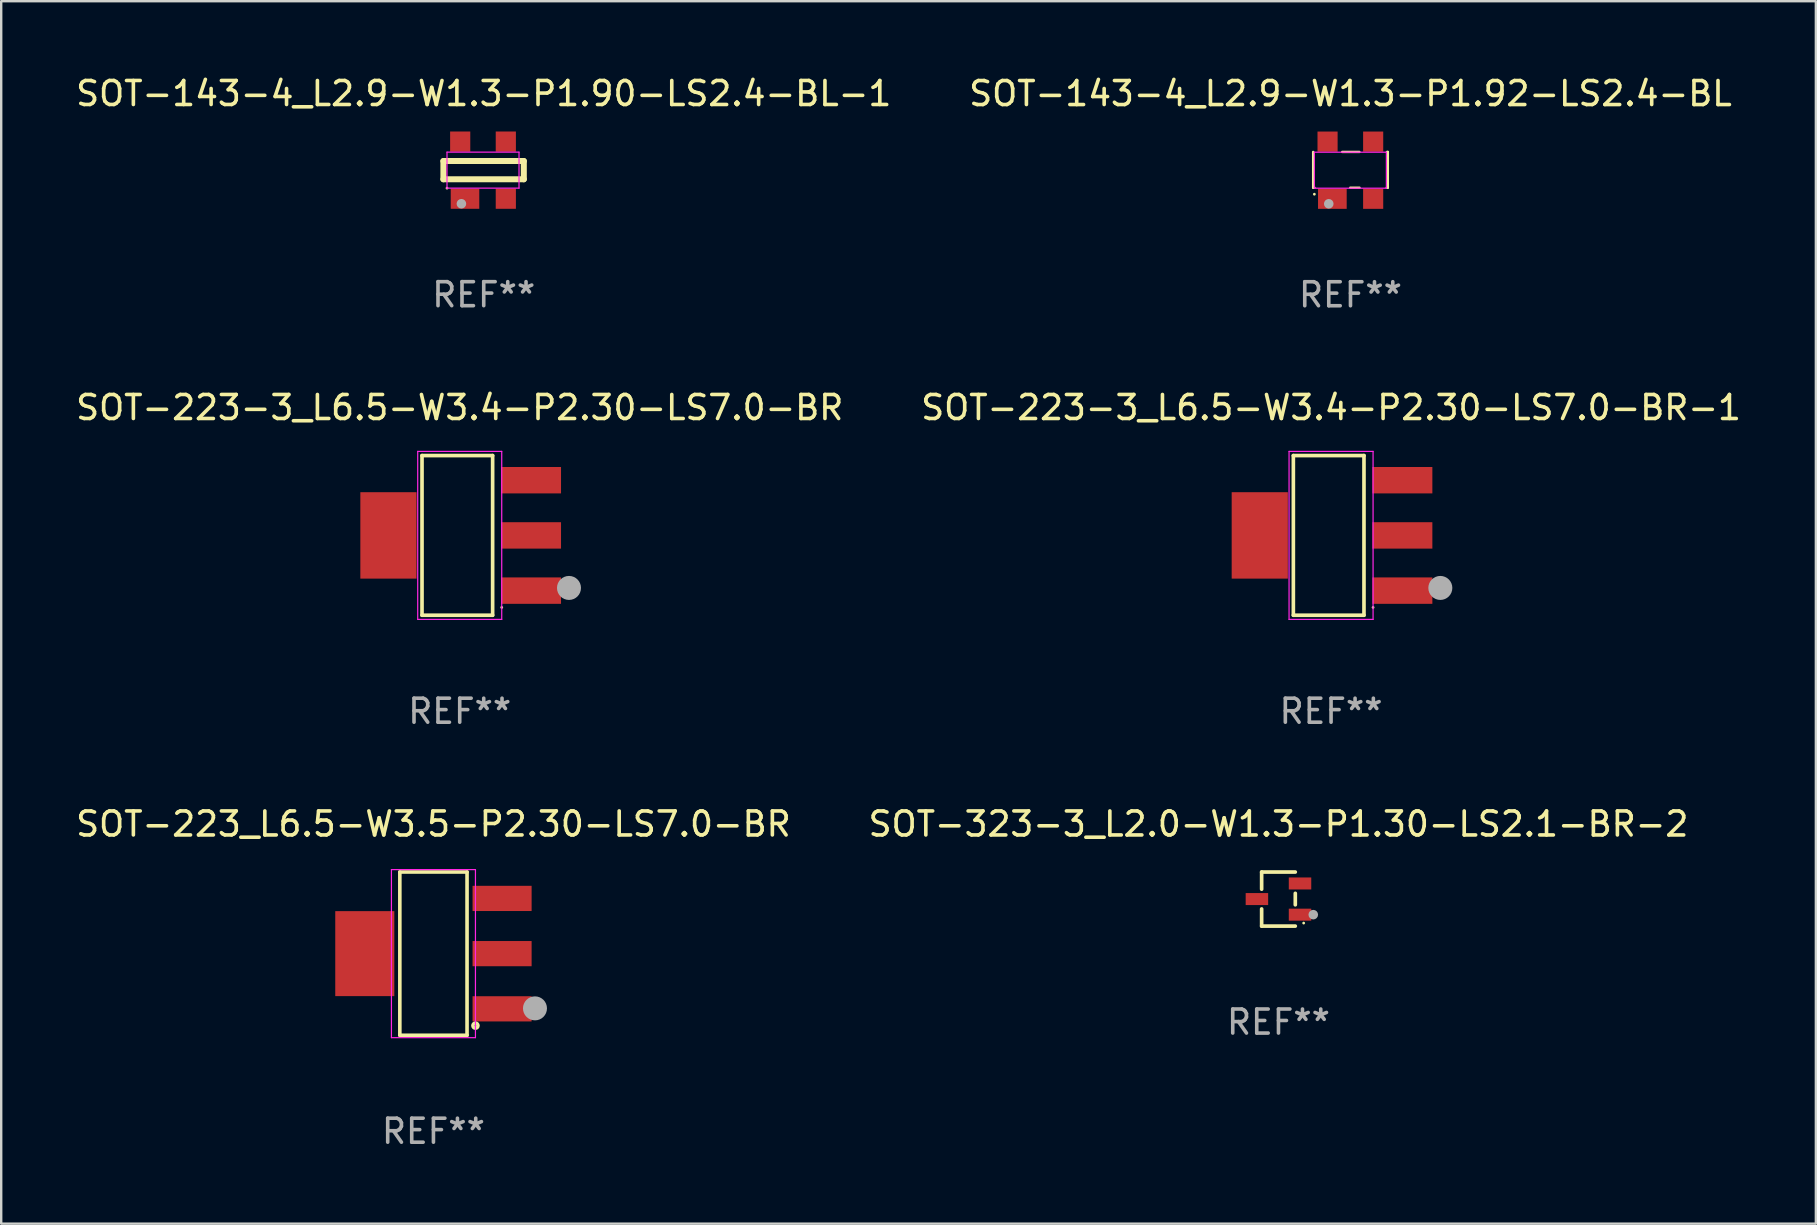
<source format=kicad_pcb>
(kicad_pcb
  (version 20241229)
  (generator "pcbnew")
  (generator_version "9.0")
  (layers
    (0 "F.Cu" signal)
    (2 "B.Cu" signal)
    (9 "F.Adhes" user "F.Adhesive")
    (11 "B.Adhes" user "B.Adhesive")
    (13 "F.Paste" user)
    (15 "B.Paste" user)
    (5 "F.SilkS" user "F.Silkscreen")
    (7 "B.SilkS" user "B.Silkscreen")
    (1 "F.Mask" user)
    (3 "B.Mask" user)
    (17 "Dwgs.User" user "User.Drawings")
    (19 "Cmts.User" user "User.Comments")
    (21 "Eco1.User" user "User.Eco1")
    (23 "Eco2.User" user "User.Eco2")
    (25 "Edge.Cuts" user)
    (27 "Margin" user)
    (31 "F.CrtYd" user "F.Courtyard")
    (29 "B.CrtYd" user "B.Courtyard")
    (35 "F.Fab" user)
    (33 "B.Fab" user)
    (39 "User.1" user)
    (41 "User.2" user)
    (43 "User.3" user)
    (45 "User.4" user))
  (footprint "SOT-143-4_L2.9-W1.3-P1.90-LS2.4-BL-1"
    (layer "F.Cu")
    (at 17.071 4.038)
    (property "Reference" "SOT-143-4_L2.9-W1.3-P1.90-LS2.4-BL-1" (at 0.03 -3.19 0) (layer "F.SilkS") (effects (font (size 1 1) (thickness 0.15))))
    (attr smd)
    (fp_line (start -1.65 -0.38) (end -1.65 0.38) (stroke (width 0.25) (type solid)) (layer "F.SilkS"))
    (fp_line (start -1.65 -0.38) (end 1.7 -0.38) (stroke (width 0.25) (type solid)) (layer "F.SilkS"))
    (fp_line (start -1.65 0.38) (end 1.7 0.38) (stroke (width 0.25) (type solid)) (layer "F.SilkS"))
    (fp_line (start 1.7 -0.38) (end 1.7 0.38) (stroke (width 0.25) (type solid)) (layer "F.SilkS"))
    (fp_circle (center -1.5 0.75) (end -1.47 0.75) (stroke (width 0.06) (type solid)) (fill no) (layer "F.SilkS"))
    (fp_line (start -1.5 -0.75) (end -1.5 0.75) (stroke (width 0.05) (type default)) (layer "F.CrtYd"))
    (fp_line (start -1.5 0.75) (end 1.5 0.75) (stroke (width 0.05) (type default)) (layer "F.CrtYd"))
    (fp_line (start 1.5 -0.75) (end -1.5 -0.75) (stroke (width 0.05) (type default)) (layer "F.CrtYd"))
    (fp_line (start 1.5 0.75) (end 1.5 -0.75) (stroke (width 0.05) (type default)) (layer "F.CrtYd"))
    (fp_circle (center -0.9 1.4) (end -0.8 1.4) (stroke (width 0.2) (type solid)) (fill no) (layer "F.Fab"))
    (fp_text user "REF**" (at 0.03 5.19 0) (layer "F.Fab") (effects (font (size 1 1) (thickness 0.15))))
    (pad "1" smd rect (at -0.75 1.19) (size 1.19 0.84) (layers "F.Cu" "F.Mask" "F.Paste"))
    (pad "2" smd rect (at 0.95 1.19) (size 0.84 0.84) (layers "F.Cu" "F.Mask" "F.Paste"))
    (pad "3" smd rect (at -0.95 -1.19) (size 0.84 0.84) (layers "F.Cu" "F.Mask" "F.Paste"))
    (pad "4" smd rect (at 0.95 -1.19) (size 0.84 0.84) (layers "F.Cu" "F.Mask" "F.Paste")))
  (footprint "SOT-323-3_L2.0-W1.3-P1.30-LS2.1-BR-2"
    (layer "F.Cu")
    (at 50.208 34.403)
    (property "Reference" "SOT-323-3_L2.0-W1.3-P1.30-LS2.1-BR-2" (at 0 -3.126 0) (layer "F.SilkS") (effects (font (size 1 1) (thickness 0.15))))
    (attr smd)
    (fp_line (start -0.701 -1.126) (end -0.701 -0.411) (stroke (width 0.152) (type solid)) (layer "F.SilkS"))
    (fp_line (start -0.701 1.126) (end -0.701 0.411) (stroke (width 0.152) (type solid)) (layer "F.SilkS"))
    (fp_line (start 0.701 -1.126) (end -0.701 -1.126) (stroke (width 0.152) (type solid)) (layer "F.SilkS"))
    (fp_line (start 0.701 -0.239) (end 0.701 0.239) (stroke (width 0.152) (type solid)) (layer "F.SilkS"))
    (fp_line (start 0.701 1.126) (end -0.701 1.126) (stroke (width 0.152) (type solid)) (layer "F.SilkS"))
    (fp_circle (center 1.05 1) (end 1.08 1) (stroke (width 0.06) (type solid)) (fill no) (layer "F.SilkS"))
    (fp_circle (center 1.45 0.65) (end 1.55 0.65) (stroke (width 0.2) (type solid)) (fill no) (layer "F.Fab"))
    (fp_text user "REF**" (at 0 5.126 0) (layer "F.Fab") (effects (font (size 1 1) (thickness 0.15))))
    (pad "1" smd rect (at 0.898 0.65) (size 0.936 0.5) (layers "F.Cu" "F.Mask" "F.Paste"))
    (pad "2" smd rect (at 0.898 -0.65) (size 0.936 0.5) (layers "F.Cu" "F.Mask" "F.Paste"))
    (pad "3" smd rect (at -0.898 0) (size 0.936 0.5) (layers "F.Cu" "F.Mask" "F.Paste")))
  (footprint "SOT-223-3_L6.5-W3.4-P2.30-LS7.0-BR"
    (layer "F.Cu")
    (at 16.101 19.254)
    (property "Reference" "SOT-223-3_L6.5-W3.4-P2.30-LS7.0-BR" (at -0.000013 -5.326 0) (layer "F.SilkS") (effects (font (size 1 1) (thickness 0.15))))
    (attr smd)
    (fp_line (start -1.571 -3.326) (end 1.371 -3.326) (stroke (width 0.152) (type solid)) (layer "F.SilkS"))
    (fp_line (start -1.571 3.326) (end -1.571 -3.326) (stroke (width 0.152) (type solid)) (layer "F.SilkS"))
    (fp_line (start 1.371 -3.326) (end 1.371 3.326) (stroke (width 0.152) (type solid)) (layer "F.SilkS"))
    (fp_line (start 1.371 3.326) (end -1.571 3.326) (stroke (width 0.152) (type solid)) (layer "F.SilkS"))
    (fp_circle (center 1.75 3) (end 1.78 3) (stroke (width 0.06) (type solid)) (fill no) (layer "F.SilkS"))
    (fp_line (start -1.75 -3.5) (end 1.75 -3.5) (stroke (width 0.05) (type default)) (layer "F.CrtYd"))
    (fp_line (start -1.75 3.5) (end -1.75 -3.5) (stroke (width 0.05) (type default)) (layer "F.CrtYd"))
    (fp_line (start 1.75 -3.5) (end 1.75 3.5) (stroke (width 0.05) (type default)) (layer "F.CrtYd"))
    (fp_line (start 1.75 3.5) (end -1.75 3.5) (stroke (width 0.05) (type default)) (layer "F.CrtYd"))
    (fp_circle (center 4.552 2.188) (end 4.802 2.188) (stroke (width 0.5) (type solid)) (fill no) (layer "F.Fab"))
    (fp_text user "REF**" (at -0.000013 7.326 0) (layer "F.Fab") (effects (font (size 1 1) (thickness 0.15))))
    (pad "1" smd rect (at 2.97 2.3) (size 2.5 1.1) (layers "F.Cu" "F.Mask" "F.Paste"))
    (pad "2" smd rect (at 2.97 0) (size 2.5 1.1) (layers "F.Cu" "F.Mask" "F.Paste"))
    (pad "3" smd rect (at 2.97 -2.3) (size 2.5 1.1) (layers "F.Cu" "F.Mask" "F.Paste"))
    (pad "4" smd rect (at -2.97 0) (size 2.34 3.6) (layers "F.Cu" "F.Mask" "F.Paste")))
  (footprint "SOT-223_L6.5-W3.5-P2.30-LS7.0-BR"
    (layer "F.Cu")
    (at 15.006 36.676)
    (property "Reference" "SOT-223_L6.5-W3.5-P2.30-LS7.0-BR" (at 0 -5.4 0) (layer "F.SilkS") (effects (font (size 1 1) (thickness 0.15))))
    (attr smd)
    (fp_line (start -1.4 -3.4) (end 1.4 -3.4) (stroke (width 0.15) (type solid)) (layer "F.SilkS"))
    (fp_line (start -1.4 3.4) (end -1.4 -3.4) (stroke (width 0.15) (type solid)) (layer "F.SilkS"))
    (fp_line (start 1.4 -3.4) (end 1.4 3.4) (stroke (width 0.15) (type solid)) (layer "F.SilkS"))
    (fp_line (start 1.4 3.4) (end -1.4 3.4) (stroke (width 0.15) (type solid)) (layer "F.SilkS"))
    (fp_circle (center 1.75 3) (end 1.78 3) (stroke (width 0.15) (type solid)) (fill no) (layer "F.SilkS"))
    (fp_line (start -1.75 -3.5) (end 1.75 -3.5) (stroke (width 0.05) (type default)) (layer "F.CrtYd"))
    (fp_line (start -1.75 3.5) (end -1.75 -3.5) (stroke (width 0.05) (type default)) (layer "F.CrtYd"))
    (fp_line (start 1.75 -3.5) (end 1.75 3.5) (stroke (width 0.05) (type default)) (layer "F.CrtYd"))
    (fp_line (start 1.75 3.5) (end -1.75 3.5) (stroke (width 0.05) (type default)) (layer "F.CrtYd"))
    (fp_circle (center 4.23 2.28) (end 4.48 2.28) (stroke (width 0.5) (type solid)) (fill no) (layer "F.Fab"))
    (fp_text user "REF**" (at 0 7.4 0) (layer "F.Fab") (effects (font (size 1 1) (thickness 0.15))))
    (pad "1" smd rect (at 2.86 2.3) (size 2.46 1.05) (layers "F.Cu" "F.Mask" "F.Paste"))
    (pad "2" smd rect (at 2.86 0) (size 2.46 1.05) (layers "F.Cu" "F.Mask" "F.Paste"))
    (pad "3" smd rect (at 2.86 -2.3) (size 2.46 1.05) (layers "F.Cu" "F.Mask" "F.Paste"))
    (pad "4" smd rect (at -2.86 0) (size 2.46 3.54) (layers "F.Cu" "F.Mask" "F.Paste")))
  (footprint "SOT-143-4_L2.9-W1.3-P1.92-LS2.4-BL"
    (layer "F.Cu")
    (at 53.203 4.04)
    (property "Reference" "SOT-143-4_L2.9-W1.3-P1.92-LS2.4-BL" (at 0.005 -3.191 0) (layer "F.SilkS") (effects (font (size 1 1) (thickness 0.15))))
    (attr smd)
    (fp_line (start -1.55 0.73) (end -1.55 -0.76) (stroke (width 0.1) (type solid)) (layer "F.SilkS"))
    (fp_line (start -1.495 0.73) (end -1.55 0.73) (stroke (width 0.1) (type solid)) (layer "F.SilkS"))
    (fp_line (start -0.34 -0.76) (end 0.377 -0.76) (stroke (width 0.1) (type solid)) (layer "F.SilkS"))
    (fp_line (start 0.383 0.73) (end -0.005 0.73) (stroke (width 0.1) (type solid)) (layer "F.SilkS"))
    (fp_line (start 1.523 -0.76) (end 1.56 -0.76) (stroke (width 0.1) (type solid)) (layer "F.SilkS"))
    (fp_line (start 1.56 -0.76) (end 1.56 0.73) (stroke (width 0.1) (type solid)) (layer "F.SilkS"))
    (fp_line (start 1.56 0.73) (end 1.517 0.73) (stroke (width 0.1) (type solid)) (layer "F.SilkS"))
    (fp_circle (center -1.5 1) (end -1.47 1) (stroke (width 0.06) (type solid)) (fill no) (layer "F.SilkS"))
    (fp_line (start -1.5 -0.75) (end -1.5 0.75) (stroke (width 0.05) (type default)) (layer "F.CrtYd"))
    (fp_line (start -1.5 0.75) (end 1.5 0.75) (stroke (width 0.05) (type default)) (layer "F.CrtYd"))
    (fp_line (start 1.5 -0.75) (end -1.5 -0.75) (stroke (width 0.05) (type default)) (layer "F.CrtYd"))
    (fp_line (start 1.5 0.75) (end 1.5 -0.75) (stroke (width 0.05) (type default)) (layer "F.CrtYd"))
    (fp_circle (center -0.9 1.4) (end -0.8 1.4) (stroke (width 0.2) (type solid)) (fill no) (layer "F.Fab"))
    (fp_text user "REF**" (at 0.005 5.191 0) (layer "F.Fab") (effects (font (size 1 1) (thickness 0.15))))
    (pad "1" smd rect (at -0.75 1.191) (size 1.194 0.838) (layers "F.Cu" "F.Mask" "F.Paste"))
    (pad "2" smd rect (at 0.95 1.191) (size 0.838 0.838) (layers "F.Cu" "F.Mask" "F.Paste"))
    (pad "3" smd rect (at 0.95 -1.191) (size 0.838 0.838) (layers "F.Cu" "F.Mask" "F.Paste"))
    (pad "4" smd rect (at -0.95 -1.191) (size 0.838 0.838) (layers "F.Cu" "F.Mask" "F.Paste")))
  (footprint "SOT-223-3_L6.5-W3.4-P2.30-LS7.0-BR-1"
    (layer "F.Cu")
    (at 52.399 19.254)
    (property "Reference" "SOT-223-3_L6.5-W3.4-P2.30-LS7.0-BR-1" (at 0 -5.326 0) (layer "F.SilkS") (effects (font (size 1 1) (thickness 0.15))))
    (attr smd)
    (fp_line (start -1.571 -3.326) (end 1.371 -3.326) (stroke (width 0.152) (type solid)) (layer "F.SilkS"))
    (fp_line (start -1.571 3.326) (end -1.571 -3.326) (stroke (width 0.152) (type solid)) (layer "F.SilkS"))
    (fp_line (start 1.371 -3.326) (end 1.371 3.326) (stroke (width 0.152) (type solid)) (layer "F.SilkS"))
    (fp_line (start 1.371 3.326) (end -1.571 3.326) (stroke (width 0.152) (type solid)) (layer "F.SilkS"))
    (fp_circle (center 1.75 3) (end 1.78 3) (stroke (width 0.06) (type solid)) (fill no) (layer "F.SilkS"))
    (fp_line (start -1.75 -3.5) (end -1.75 3.5) (stroke (width 0.05) (type default)) (layer "F.CrtYd"))
    (fp_line (start -1.75 3.5) (end 1.75 3.5) (stroke (width 0.05) (type default)) (layer "F.CrtYd"))
    (fp_line (start 1.75 -3.5) (end -1.75 -3.5) (stroke (width 0.05) (type default)) (layer "F.CrtYd"))
    (fp_line (start 1.75 3.5) (end 1.75 -3.5) (stroke (width 0.05) (type default)) (layer "F.CrtYd"))
    (fp_circle (center 4.552 2.188) (end 4.802 2.188) (stroke (width 0.5) (type solid)) (fill no) (layer "F.Fab"))
    (fp_text user "REF**" (at 0 7.326 0) (layer "F.Fab") (effects (font (size 1 1) (thickness 0.15))))
    (pad "1" smd rect (at 2.97 2.3) (size 2.5 1.1) (layers "F.Cu" "F.Mask" "F.Paste"))
    (pad "2" smd rect (at -2.97 0) (size 2.34 3.6) (layers "F.Cu" "F.Mask" "F.Paste"))
    (pad "2" smd rect (at 2.97 0) (size 2.5 1.1) (layers "F.Cu" "F.Mask" "F.Paste"))
    (pad "3" smd rect (at 2.97 -2.3) (size 2.5 1.1) (layers "F.Cu" "F.Mask" "F.Paste")))
  (gr_rect
    (start -3 -3)
    (end 72.595 47.925)
    (stroke (width 0.1) (type default))
    (fill no)
    (layer "Edge.Cuts")))
</source>
